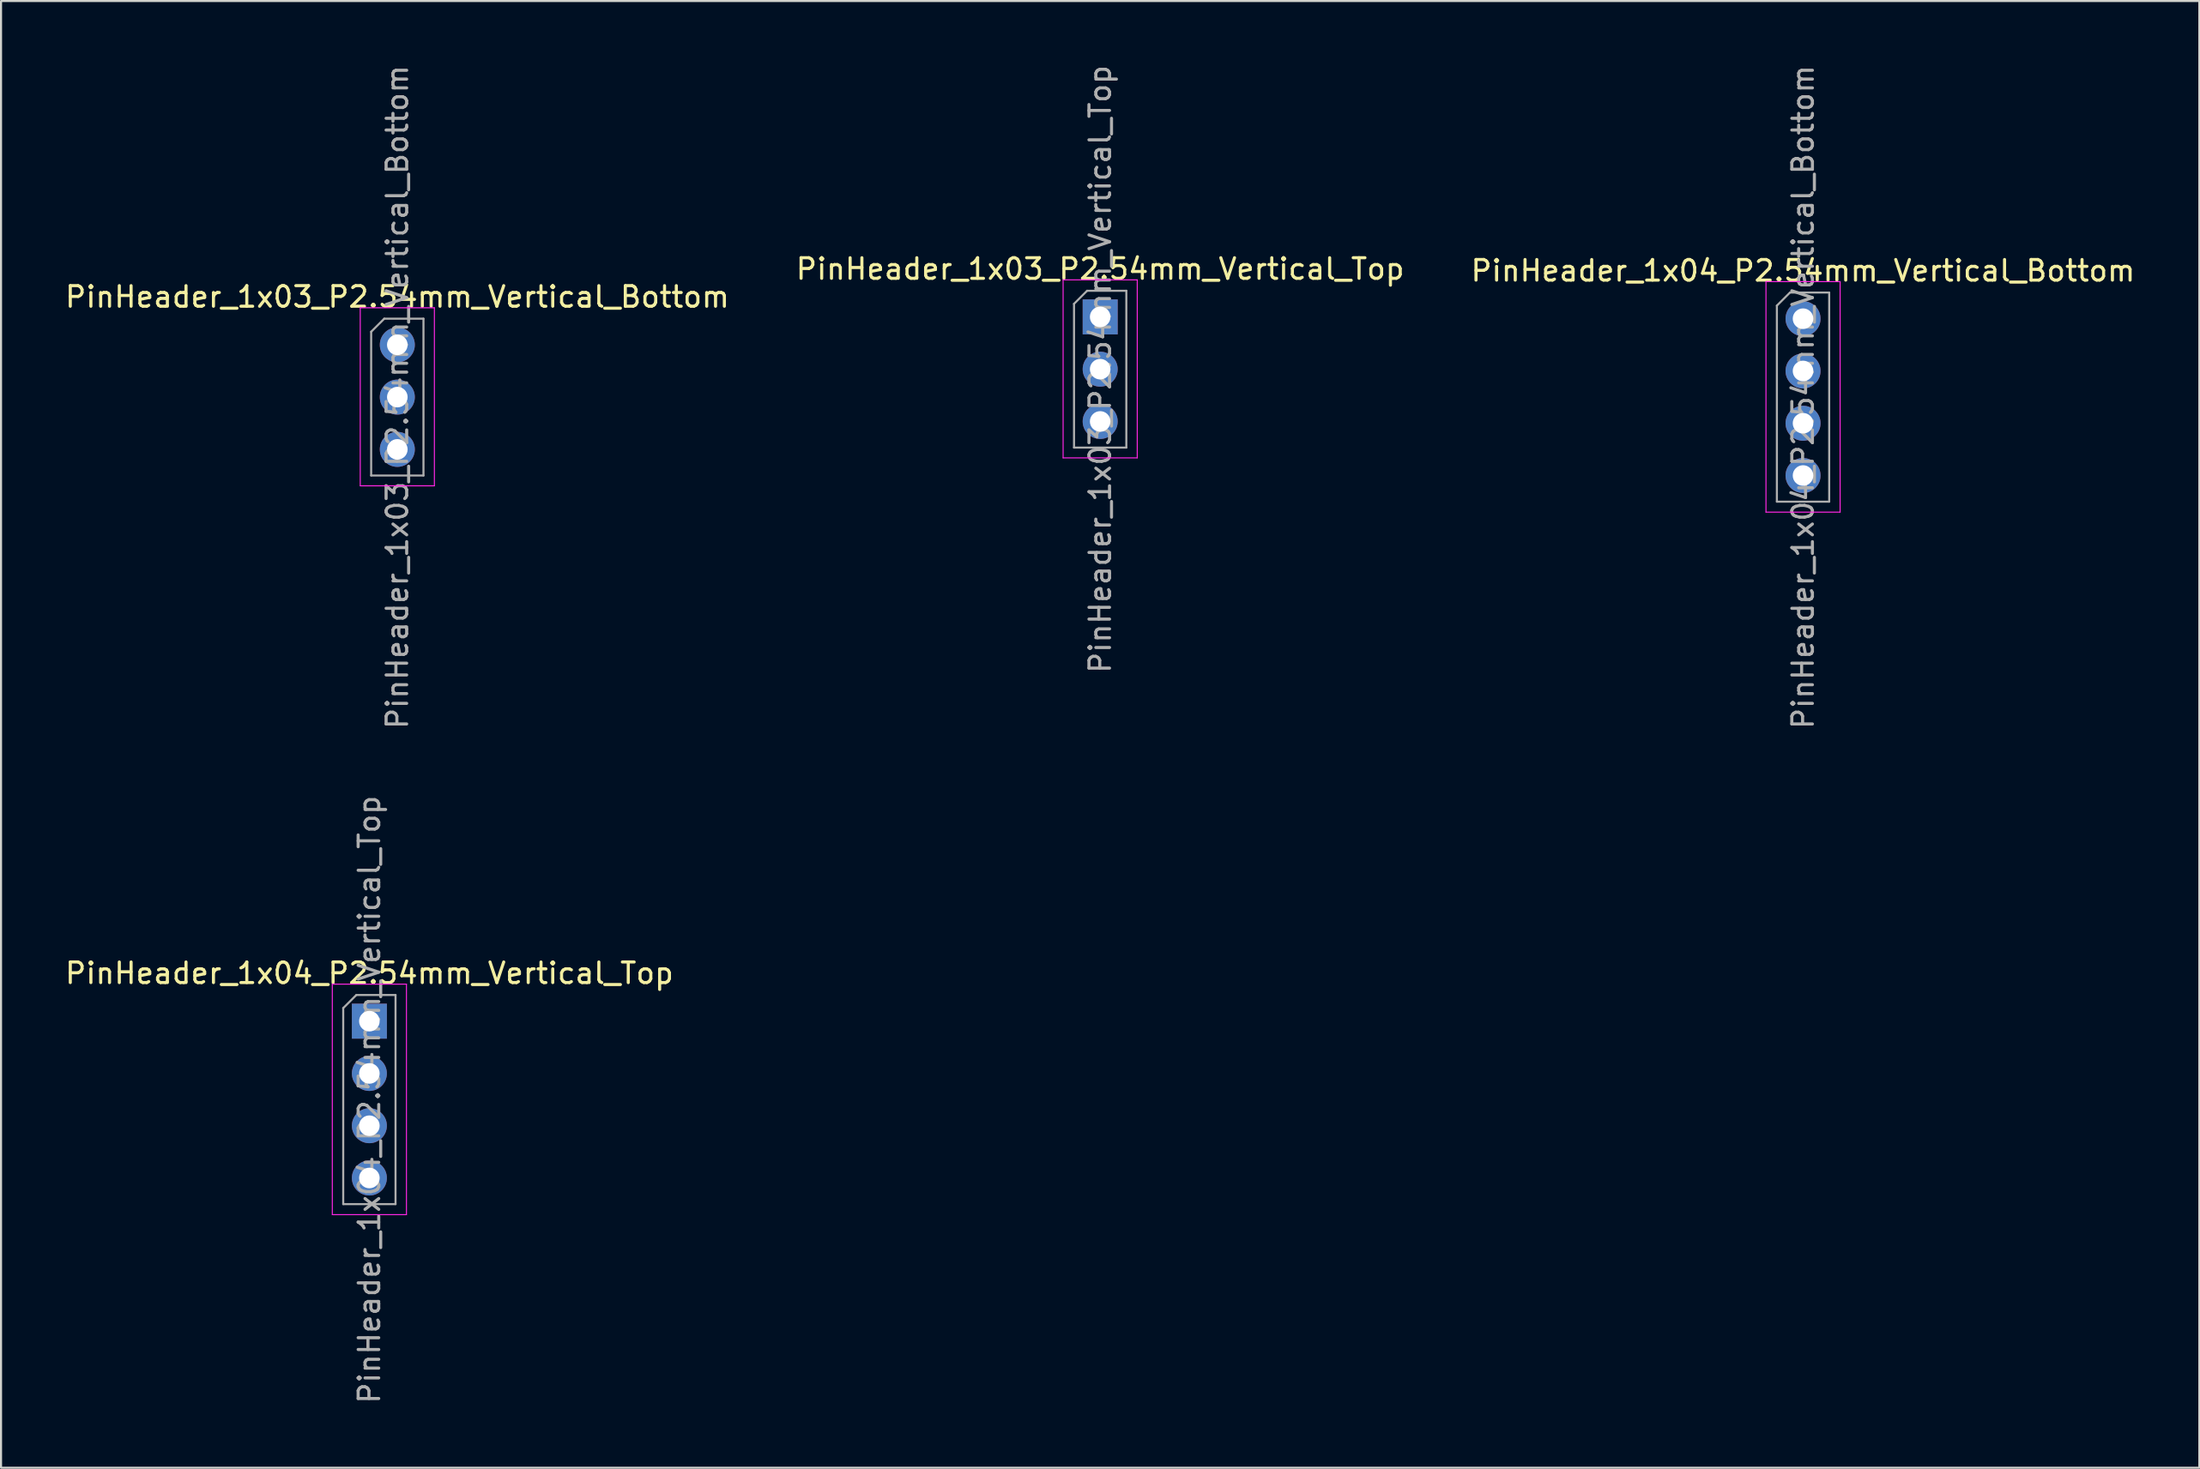
<source format=kicad_pcb>
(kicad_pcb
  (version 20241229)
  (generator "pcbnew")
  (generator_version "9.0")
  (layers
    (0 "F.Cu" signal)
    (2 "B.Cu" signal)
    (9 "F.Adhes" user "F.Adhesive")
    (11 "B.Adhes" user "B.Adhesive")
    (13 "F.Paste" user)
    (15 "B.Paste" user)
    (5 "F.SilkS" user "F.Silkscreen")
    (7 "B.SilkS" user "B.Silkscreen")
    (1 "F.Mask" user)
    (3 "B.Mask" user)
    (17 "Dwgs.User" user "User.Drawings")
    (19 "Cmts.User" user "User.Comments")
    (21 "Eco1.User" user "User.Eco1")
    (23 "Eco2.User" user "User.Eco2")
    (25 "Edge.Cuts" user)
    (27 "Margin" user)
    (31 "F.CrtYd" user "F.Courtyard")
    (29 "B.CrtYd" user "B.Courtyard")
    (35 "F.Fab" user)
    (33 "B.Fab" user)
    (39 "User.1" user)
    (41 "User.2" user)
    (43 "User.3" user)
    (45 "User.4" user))
  (footprint "PinHeader_1x03_P2.54mm_Vertical_Bottom"
    (layer "F.Cu")
    (at 16.244 13.704)
    (property "Reference" "PinHeader_1x03_P2.54mm_Vertical_Bottom" (at 0 -2.33 0) (layer "F.SilkS") (effects (font (size 1 1) (thickness 0.15))))
    (attr through_hole)
    (fp_line (start -1.8 -1.8) (end -1.8 6.85) (stroke (width 0.05) (type solid)) (layer "F.CrtYd"))
    (fp_line (start -1.8 6.85) (end 1.8 6.85) (stroke (width 0.05) (type solid)) (layer "F.CrtYd"))
    (fp_line (start 1.8 -1.8) (end -1.8 -1.8) (stroke (width 0.05) (type solid)) (layer "F.CrtYd"))
    (fp_line (start 1.8 6.85) (end 1.8 -1.8) (stroke (width 0.05) (type solid)) (layer "F.CrtYd"))
    (fp_line (start -1.27 -0.635) (end -0.635 -1.27) (stroke (width 0.1) (type solid)) (layer "F.Fab"))
    (fp_line (start -1.27 6.35) (end -1.27 -0.635) (stroke (width 0.1) (type solid)) (layer "F.Fab"))
    (fp_line (start -0.635 -1.27) (end 1.27 -1.27) (stroke (width 0.1) (type solid)) (layer "F.Fab"))
    (fp_line (start 1.27 -1.27) (end 1.27 6.35) (stroke (width 0.1) (type solid)) (layer "F.Fab"))
    (fp_line (start 1.27 6.35) (end -1.27 6.35) (stroke (width 0.1) (type solid)) (layer "F.Fab"))
    (fp_text user "${REFERENCE}" (at 0 2.54 90) (layer "F.Fab") (effects (font (size 1 1) (thickness 0.15))))
    (pad "1" thru_hole circle (at 0 0) (size 1.7 1.7) (drill 1) (layers "*.Cu" "*.Mask"))
    (pad "2" thru_hole oval (at 0 2.54) (size 1.7 1.7) (drill 1) (layers "*.Cu" "*.Mask"))
    (pad "3" thru_hole oval (at 0 5.08) (size 1.7 1.7) (drill 1) (layers "*.Cu" "*.Mask")))
  (footprint "PinHeader_1x04_P2.54mm_Vertical_Top"
    (layer "F.Cu")
    (at 14.887 46.565)
    (property "Reference" "PinHeader_1x04_P2.54mm_Vertical_Top" (at 0 -2.33 0) (layer "F.SilkS") (effects (font (size 1 1) (thickness 0.15))))
    (attr through_hole)
    (fp_line (start -1.8 -1.8) (end -1.8 9.4) (stroke (width 0.05) (type solid)) (layer "F.CrtYd"))
    (fp_line (start -1.8 9.4) (end 1.8 9.4) (stroke (width 0.05) (type solid)) (layer "F.CrtYd"))
    (fp_line (start 1.8 -1.8) (end -1.8 -1.8) (stroke (width 0.05) (type solid)) (layer "F.CrtYd"))
    (fp_line (start 1.8 9.4) (end 1.8 -1.8) (stroke (width 0.05) (type solid)) (layer "F.CrtYd"))
    (fp_line (start -1.27 -0.635) (end -0.635 -1.27) (stroke (width 0.1) (type solid)) (layer "F.Fab"))
    (fp_line (start -1.27 8.89) (end -1.27 -0.635) (stroke (width 0.1) (type solid)) (layer "F.Fab"))
    (fp_line (start -0.635 -1.27) (end 1.27 -1.27) (stroke (width 0.1) (type solid)) (layer "F.Fab"))
    (fp_line (start 1.27 -1.27) (end 1.27 8.89) (stroke (width 0.1) (type solid)) (layer "F.Fab"))
    (fp_line (start 1.27 8.89) (end -1.27 8.89) (stroke (width 0.1) (type solid)) (layer "F.Fab"))
    (fp_text user "${REFERENCE}" (at 0 3.81 90) (layer "F.Fab") (effects (font (size 1 1) (thickness 0.15))))
    (pad "1" thru_hole rect (at 0 0) (size 1.7 1.7) (drill 1) (layers "*.Cu" "*.Mask"))
    (pad "2" thru_hole oval (at 0 2.54) (size 1.7 1.7) (drill 1) (layers "*.Cu" "*.Mask"))
    (pad "3" thru_hole oval (at 0 5.08) (size 1.7 1.7) (drill 1) (layers "*.Cu" "*.Mask"))
    (pad "4" thru_hole oval (at 0 7.62) (size 1.7 1.7) (drill 1) (layers "*.Cu" "*.Mask")))
  (footprint "PinHeader_1x04_P2.54mm_Vertical_Bottom"
    (layer "F.Cu")
    (at 84.506 12.434)
    (property "Reference" "PinHeader_1x04_P2.54mm_Vertical_Bottom" (at 0 -2.33 0) (layer "F.SilkS") (effects (font (size 1 1) (thickness 0.15))))
    (attr through_hole)
    (fp_line (start -1.8 -1.8) (end -1.8 9.4) (stroke (width 0.05) (type solid)) (layer "F.CrtYd"))
    (fp_line (start -1.8 9.4) (end 1.8 9.4) (stroke (width 0.05) (type solid)) (layer "F.CrtYd"))
    (fp_line (start 1.8 -1.8) (end -1.8 -1.8) (stroke (width 0.05) (type solid)) (layer "F.CrtYd"))
    (fp_line (start 1.8 9.4) (end 1.8 -1.8) (stroke (width 0.05) (type solid)) (layer "F.CrtYd"))
    (fp_line (start -1.27 -0.635) (end -0.635 -1.27) (stroke (width 0.1) (type solid)) (layer "F.Fab"))
    (fp_line (start -1.27 8.89) (end -1.27 -0.635) (stroke (width 0.1) (type solid)) (layer "F.Fab"))
    (fp_line (start -0.635 -1.27) (end 1.27 -1.27) (stroke (width 0.1) (type solid)) (layer "F.Fab"))
    (fp_line (start 1.27 -1.27) (end 1.27 8.89) (stroke (width 0.1) (type solid)) (layer "F.Fab"))
    (fp_line (start 1.27 8.89) (end -1.27 8.89) (stroke (width 0.1) (type solid)) (layer "F.Fab"))
    (fp_text user "${REFERENCE}" (at 0 3.81 90) (layer "F.Fab") (effects (font (size 1 1) (thickness 0.15))))
    (pad "1" thru_hole circle (at 0 0) (size 1.7 1.7) (drill 1) (layers "*.Cu" "*.Mask"))
    (pad "2" thru_hole oval (at 0 2.54) (size 1.7 1.7) (drill 1) (layers "*.Cu" "*.Mask"))
    (pad "3" thru_hole oval (at 0 5.08) (size 1.7 1.7) (drill 1) (layers "*.Cu" "*.Mask"))
    (pad "4" thru_hole oval (at 0 7.62) (size 1.7 1.7) (drill 1) (layers "*.Cu" "*.Mask")))
  (footprint "PinHeader_1x03_P2.54mm_Vertical_Top"
    (layer "F.Cu")
    (at 50.375 12.347)
    (property "Reference" "PinHeader_1x03_P2.54mm_Vertical_Top" (at 0 -2.33 0) (layer "F.SilkS") (effects (font (size 1 1) (thickness 0.15))))
    (attr through_hole)
    (fp_line (start -1.8 -1.8) (end -1.8 6.85) (stroke (width 0.05) (type solid)) (layer "F.CrtYd"))
    (fp_line (start -1.8 6.85) (end 1.8 6.85) (stroke (width 0.05) (type solid)) (layer "F.CrtYd"))
    (fp_line (start 1.8 -1.8) (end -1.8 -1.8) (stroke (width 0.05) (type solid)) (layer "F.CrtYd"))
    (fp_line (start 1.8 6.85) (end 1.8 -1.8) (stroke (width 0.05) (type solid)) (layer "F.CrtYd"))
    (fp_line (start -1.27 -0.635) (end -0.635 -1.27) (stroke (width 0.1) (type solid)) (layer "F.Fab"))
    (fp_line (start -1.27 6.35) (end -1.27 -0.635) (stroke (width 0.1) (type solid)) (layer "F.Fab"))
    (fp_line (start -0.635 -1.27) (end 1.27 -1.27) (stroke (width 0.1) (type solid)) (layer "F.Fab"))
    (fp_line (start 1.27 -1.27) (end 1.27 6.35) (stroke (width 0.1) (type solid)) (layer "F.Fab"))
    (fp_line (start 1.27 6.35) (end -1.27 6.35) (stroke (width 0.1) (type solid)) (layer "F.Fab"))
    (fp_text user "${REFERENCE}" (at 0 2.54 90) (layer "F.Fab") (effects (font (size 1 1) (thickness 0.15))))
    (pad "1" thru_hole rect (at 0 0) (size 1.7 1.7) (drill 1) (layers "*.Cu" "*.Mask"))
    (pad "2" thru_hole oval (at 0 2.54) (size 1.7 1.7) (drill 1) (layers "*.Cu" "*.Mask"))
    (pad "3" thru_hole oval (at 0 5.08) (size 1.7 1.7) (drill 1) (layers "*.Cu" "*.Mask")))
  (gr_rect
    (start -3 -3)
    (end 103.75 68.262)
    (stroke (width 0.1) (type default))
    (fill no)
    (layer "Edge.Cuts")))
</source>
